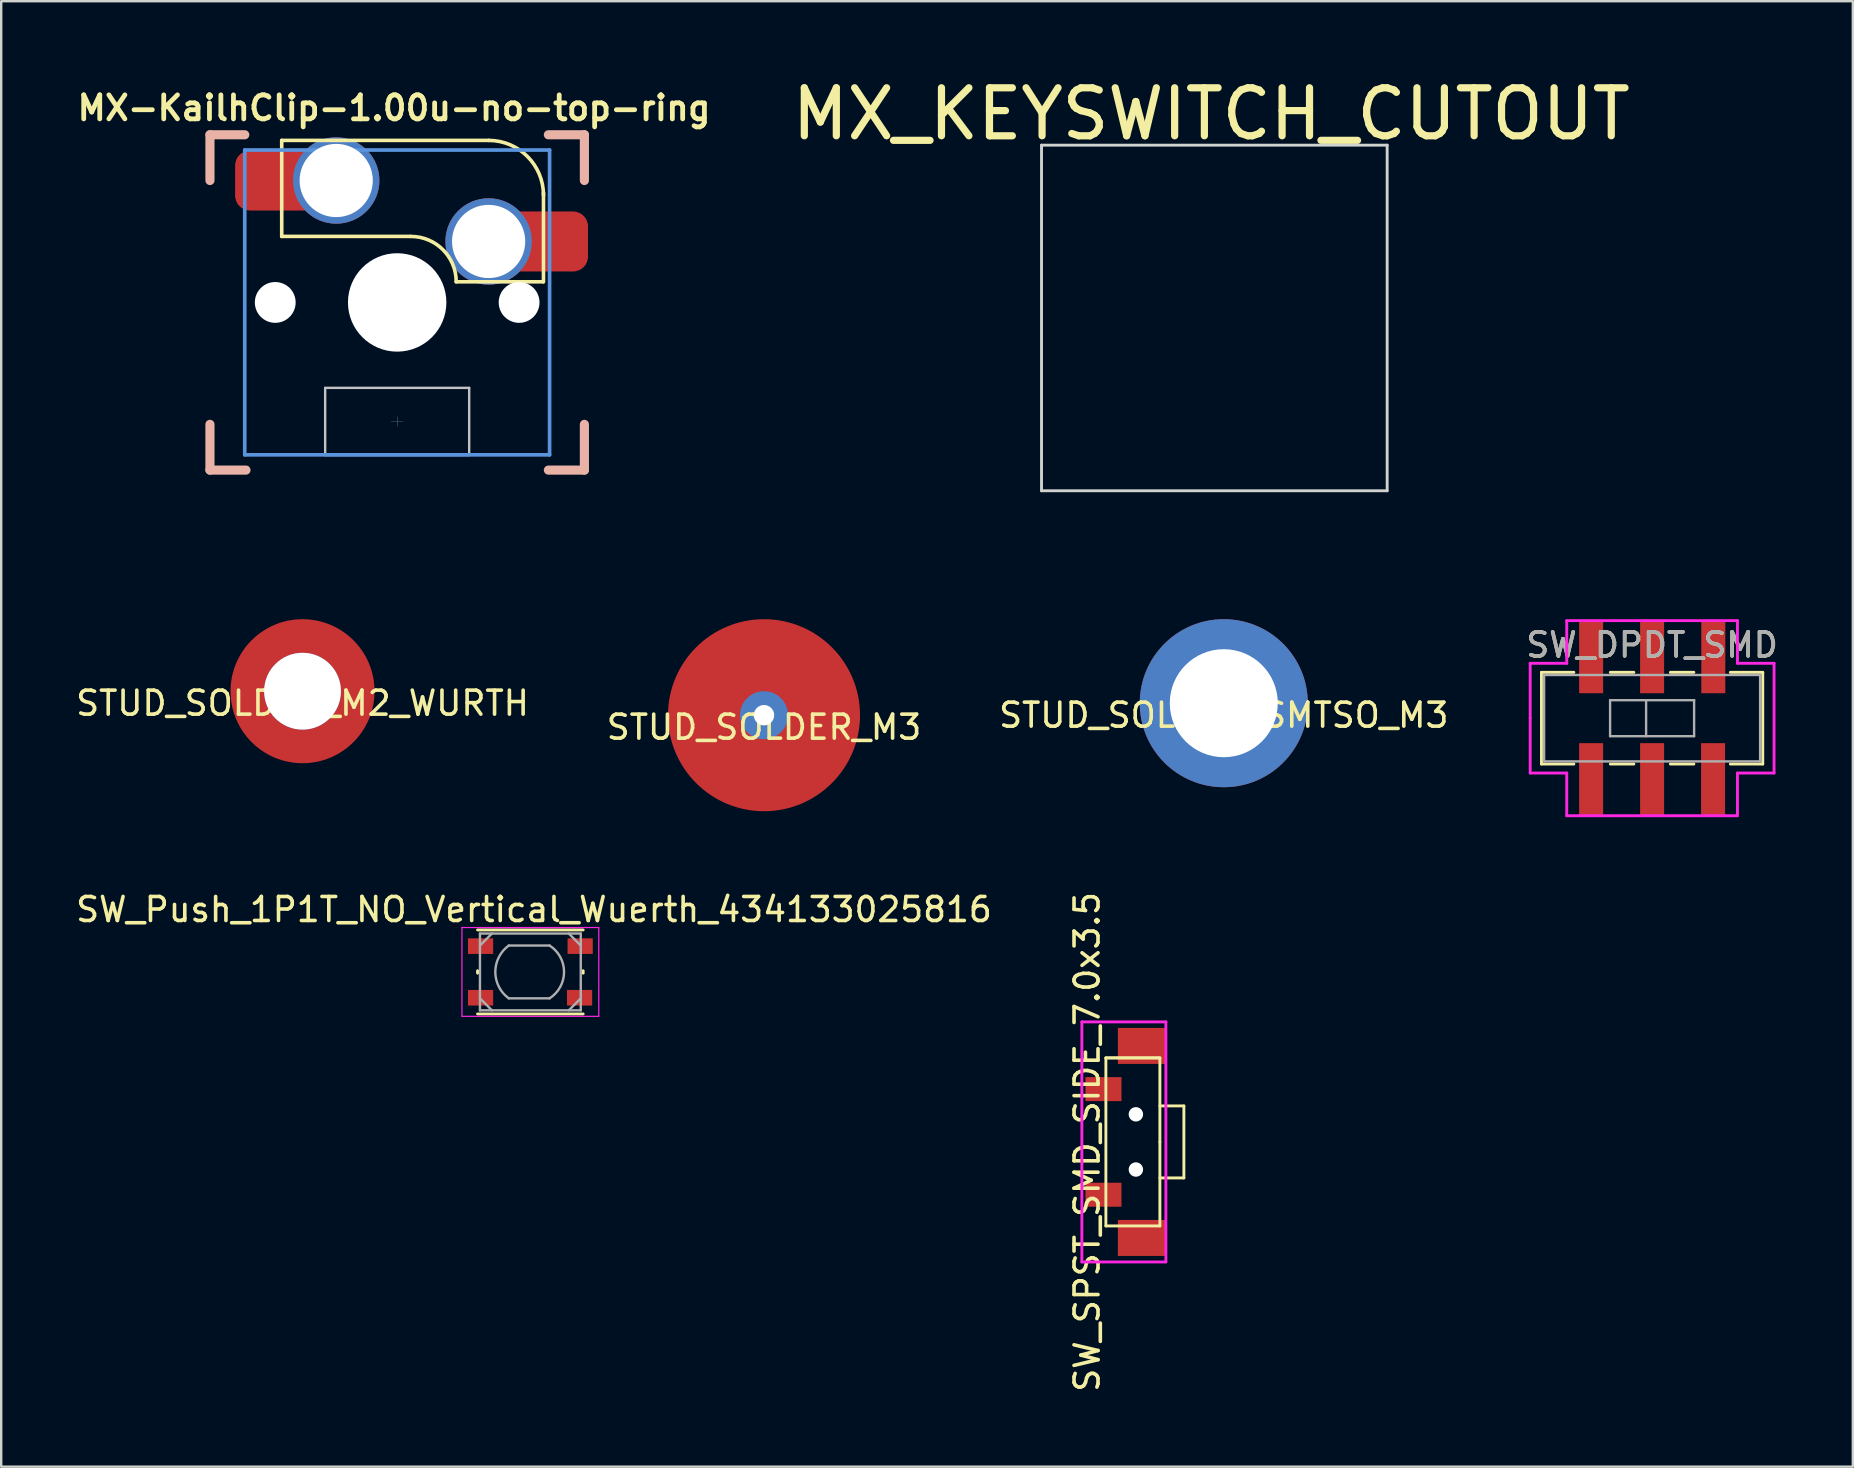
<source format=kicad_pcb>
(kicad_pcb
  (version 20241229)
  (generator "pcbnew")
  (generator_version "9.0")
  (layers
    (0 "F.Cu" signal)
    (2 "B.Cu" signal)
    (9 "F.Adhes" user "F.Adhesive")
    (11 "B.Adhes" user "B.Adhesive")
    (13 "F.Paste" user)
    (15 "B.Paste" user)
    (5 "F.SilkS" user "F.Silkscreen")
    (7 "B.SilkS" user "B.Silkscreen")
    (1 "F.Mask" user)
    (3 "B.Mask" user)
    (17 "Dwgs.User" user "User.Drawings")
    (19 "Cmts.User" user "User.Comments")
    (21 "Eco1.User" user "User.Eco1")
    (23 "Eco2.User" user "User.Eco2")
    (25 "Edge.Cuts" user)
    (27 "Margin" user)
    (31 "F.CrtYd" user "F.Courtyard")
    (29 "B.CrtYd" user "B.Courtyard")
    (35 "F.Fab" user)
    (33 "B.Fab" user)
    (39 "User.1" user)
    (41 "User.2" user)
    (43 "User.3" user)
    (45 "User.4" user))
  (footprint "MX_KEYSWITCH_CUTOUT"
    (layer "F.Cu")
    (at 47.542 10.197)
    (property "Reference" "MX_KEYSWITCH_CUTOUT" (at -0.13 -8.5 0) (layer "F.SilkS") (effects (font (size 2 2) (thickness 0.3))))
    (attr smd)
    (fp_line (start -9.55 0) (end -9.5 -0.1) (stroke (width 0.001) (type solid)) (layer "Dwgs.User"))
    (fp_line (start -9.55 0) (end -9.5 0.1) (stroke (width 0.001) (type solid)) (layer "Dwgs.User"))
    (fp_line (start -9.5 -9.5) (end 9.5 -9.5) (stroke (width 0.001) (type solid)) (layer "Dwgs.User"))
    (fp_line (start -9.5 0) (end -9.55 0) (stroke (width 0.001) (type solid)) (layer "Dwgs.User"))
    (fp_line (start -9.5 9.5) (end -9.5 -9.5) (stroke (width 0.001) (type solid)) (layer "Dwgs.User"))
    (fp_line (start 0 -9.55) (end -0.1 -9.5) (stroke (width 0.001) (type solid)) (layer "Dwgs.User"))
    (fp_line (start 0 -9.55) (end 0.1 -9.5) (stroke (width 0.001) (type solid)) (layer "Dwgs.User"))
    (fp_line (start 0 -9.5) (end 0 -9.55) (stroke (width 0.001) (type solid)) (layer "Dwgs.User"))
    (fp_line (start 0 9.5) (end 0 9.55) (stroke (width 0.001) (type solid)) (layer "Dwgs.User"))
    (fp_line (start 0 9.55) (end -0.1 9.5) (stroke (width 0.001) (type solid)) (layer "Dwgs.User"))
    (fp_line (start 0 9.55) (end 0.1 9.5) (stroke (width 0.001) (type solid)) (layer "Dwgs.User"))
    (fp_line (start 9.5 -9.5) (end 9.5 9.5) (stroke (width 0.001) (type solid)) (layer "Dwgs.User"))
    (fp_line (start 9.5 0) (end 9.55 0) (stroke (width 0.001) (type solid)) (layer "Dwgs.User"))
    (fp_line (start 9.5 9.5) (end -9.5 9.5) (stroke (width 0.001) (type solid)) (layer "Dwgs.User"))
    (fp_line (start 9.55 0) (end 9.5 -0.1) (stroke (width 0.001) (type solid)) (layer "Dwgs.User"))
    (fp_line (start 9.55 0) (end 9.5 0.1) (stroke (width 0.001) (type solid)) (layer "Dwgs.User"))
    (fp_line (start -7.2 -7.2) (end -7.2 7.2) (stroke (width 0.12) (type solid)) (layer "Edge.Cuts"))
    (fp_line (start -7.2 -7.2) (end 7.2 -7.2) (stroke (width 0.12) (type solid)) (layer "Edge.Cuts"))
    (fp_line (start 7.2 -7.2) (end 7.2 7.2) (stroke (width 0.12) (type solid)) (layer "Edge.Cuts"))
    (fp_line (start 7.2 7.2) (end -7.2 7.2) (stroke (width 0.12) (type solid)) (layer "Edge.Cuts")))
  (footprint "SW_Push_1P1T_NO_Vertical_Wuerth_434133025816"
    (layer "F.Cu")
    (at 19.046 37.443)
    (property "Reference" "SW_Push_1P1T_NO_Vertical_Wuerth_434133025816" (at 0.15 -2.6 0) (layer "F.SilkS") (effects (font (size 1 1) (thickness 0.15))))
    (attr smd)
    (fp_line (start -2.2 0.05) (end -2.2 -0.05) (stroke (width 0.12) (type solid)) (layer "F.SilkS"))
    (fp_line (start -2.2 1.75) (end 2.2 1.75) (stroke (width 0.12) (type solid)) (layer "F.SilkS"))
    (fp_line (start 2.2 -1.75) (end -2.2 -1.75) (stroke (width 0.12) (type solid)) (layer "F.SilkS"))
    (fp_line (start 2.2 0.05) (end 2.2 -0.05) (stroke (width 0.12) (type solid)) (layer "F.SilkS"))
    (fp_line (start -2.85 -1.85) (end 2.85 -1.85) (stroke (width 0.05) (type solid)) (layer "F.CrtYd"))
    (fp_line (start -2.85 1.85) (end -2.85 -1.85) (stroke (width 0.05) (type solid)) (layer "F.CrtYd"))
    (fp_line (start 2.85 -1.85) (end 2.85 1.85) (stroke (width 0.05) (type solid)) (layer "F.CrtYd"))
    (fp_line (start 2.85 1.85) (end -2.85 1.85) (stroke (width 0.05) (type solid)) (layer "F.CrtYd"))
    (fp_line (start -2.1 -1.6) (end 2.1 -1.6) (stroke (width 0.1) (type solid)) (layer "F.Fab"))
    (fp_line (start -2.1 -1.1) (end -1.6 -1.6) (stroke (width 0.1) (type solid)) (layer "F.Fab"))
    (fp_line (start -2.1 1.1) (end -1.6 1.6) (stroke (width 0.1) (type solid)) (layer "F.Fab"))
    (fp_line (start -2.1 1.6) (end -2.1 -1.6) (stroke (width 0.1) (type solid)) (layer "F.Fab"))
    (fp_line (start -0.9 -1.1) (end 0.8 -1.1) (stroke (width 0.1) (type solid)) (layer "F.Fab"))
    (fp_line (start 0.8 1.1) (end -0.9 1.1) (stroke (width 0.1) (type solid)) (layer "F.Fab"))
    (fp_line (start 1.6 -1.6) (end 2.1 -1.1) (stroke (width 0.1) (type solid)) (layer "F.Fab"))
    (fp_line (start 1.6 1.6) (end 2.1 1.1) (stroke (width 0.1) (type solid)) (layer "F.Fab"))
    (fp_line (start 2.1 -1.6) (end 2.1 1.6) (stroke (width 0.1) (type solid)) (layer "F.Fab"))
    (fp_line (start 2.1 1.6) (end -2.1 1.6) (stroke (width 0.1) (type solid)) (layer "F.Fab"))
    (fp_arc (start -0.9 1.099999) (mid -1.460147 0) (end -0.9 -1.099999) (stroke (width 0.1) (type solid)) (layer "F.Fab"))
    (fp_arc (start 0.8 -1.099999) (mid 1.40384 0) (end 0.799999 1.099999) (stroke (width 0.1) (type solid)) (layer "F.Fab"))
    (pad "1" smd rect (at -2.075 -1.075) (size 1.05 0.65) (layers "F.Cu" "F.Mask" "F.Paste"))
    (pad "1" smd rect (at 2.075 -1.075) (size 1.05 0.65) (layers "F.Cu" "F.Mask" "F.Paste"))
    (pad "2" smd rect (at -2.075 1.075) (size 1.05 0.65) (layers "F.Cu" "F.Mask" "F.Paste"))
    (pad "2" smd rect (at 2.05 1.075) (size 1.05 0.65) (layers "F.Cu" "F.Mask" "F.Paste")))
  (footprint "MX-KailhClip-1.00u-no-top-ring"
    (layer "F.Cu")
    (at 13.497 9.55)
    (property "Reference" "MX-KailhClip-1.00u-no-top-ring" (at -0.13 -8.1 0) (layer "F.SilkS") (effects (font (size 1 1) (thickness 0.2))))
    (attr smd)
    (fp_line (start -4.81 -6.75) (end -4.81 -2.75) (stroke (width 0.15) (type solid)) (layer "F.SilkS"))
    (fp_line (start -4.81 -6.75) (end 3.81 -6.75) (stroke (width 0.15) (type solid)) (layer "F.SilkS"))
    (fp_line (start -4.81 -2.75) (end 0.55 -2.75) (stroke (width 0.15) (type solid)) (layer "F.SilkS"))
    (fp_line (start 6.088 -0.86) (end 2.46 -0.86) (stroke (width 0.15) (type solid)) (layer "F.SilkS"))
    (fp_line (start 6.096 -4.572) (end 6.096 -0.86) (stroke (width 0.15) (type solid)) (layer "F.SilkS"))
    (fp_arc (start 0.57 -2.75) (mid 1.906432 -2.196432) (end 2.46 -0.86) (stroke (width 0.15) (type solid)) (layer "F.SilkS"))
    (fp_arc (start 3.81 -6.751) (mid 5.426446 -6.081446) (end 6.096 -4.465) (stroke (width 0.15) (type solid)) (layer "F.SilkS"))
    (fp_line (start -7.8 -6.985) (end -6.35 -6.985) (stroke (width 0.381) (type solid)) (layer "B.SilkS"))
    (fp_line (start -7.8 -5.08) (end -7.8 -6.985) (stroke (width 0.381) (type solid)) (layer "B.SilkS"))
    (fp_line (start -7.8 6.985) (end -7.8 5.08) (stroke (width 0.381) (type solid)) (layer "B.SilkS"))
    (fp_line (start -6.3 6.985) (end -7.8 6.985) (stroke (width 0.381) (type solid)) (layer "B.SilkS"))
    (fp_line (start 6.3 -6.985) (end 7.8 -6.985) (stroke (width 0.381) (type solid)) (layer "B.SilkS"))
    (fp_line (start 7.8 -6.985) (end 7.8 -5.08) (stroke (width 0.381) (type solid)) (layer "B.SilkS"))
    (fp_line (start 7.8 5.08) (end 7.8 6.985) (stroke (width 0.381) (type solid)) (layer "B.SilkS"))
    (fp_line (start 7.8 6.985) (end 6.3 6.985) (stroke (width 0.381) (type solid)) (layer "B.SilkS"))
    (fp_line (start -9.55 0) (end -9.5 -0.1) (stroke (width 0.001) (type solid)) (layer "Dwgs.User"))
    (fp_line (start -9.55 0) (end -9.5 0.1) (stroke (width 0.001) (type solid)) (layer "Dwgs.User"))
    (fp_line (start -9.5 -9.5) (end 9.5 -9.5) (stroke (width 0.001) (type solid)) (layer "Dwgs.User"))
    (fp_line (start -9.5 0) (end -9.55 0) (stroke (width 0.001) (type solid)) (layer "Dwgs.User"))
    (fp_line (start -9.5 9.5) (end -9.5 -9.5) (stroke (width 0.001) (type solid)) (layer "Dwgs.User"))
    (fp_line (start -3 3.56) (end -3 6.36) (stroke (width 0.1) (type solid)) (layer "Dwgs.User"))
    (fp_line (start -3 3.56) (end 3 3.56) (stroke (width 0.1) (type solid)) (layer "Dwgs.User"))
    (fp_line (start -0.25 4.96) (end 0.25 4.96) (stroke (width 0.01) (type solid)) (layer "Dwgs.User"))
    (fp_line (start 0 -9.55) (end -0.1 -9.5) (stroke (width 0.001) (type solid)) (layer "Dwgs.User"))
    (fp_line (start 0 -9.55) (end 0.1 -9.5) (stroke (width 0.001) (type solid)) (layer "Dwgs.User"))
    (fp_line (start 0 -9.5) (end 0 -9.55) (stroke (width 0.001) (type solid)) (layer "Dwgs.User"))
    (fp_line (start 0 5.16) (end 0 4.76) (stroke (width 0.01) (type solid)) (layer "Dwgs.User"))
    (fp_line (start 0 9.5) (end 0 9.55) (stroke (width 0.001) (type solid)) (layer "Dwgs.User"))
    (fp_line (start 0 9.55) (end -0.1 9.5) (stroke (width 0.001) (type solid)) (layer "Dwgs.User"))
    (fp_line (start 0 9.55) (end 0.1 9.5) (stroke (width 0.001) (type solid)) (layer "Dwgs.User"))
    (fp_line (start 3 3.56) (end 3 6.36) (stroke (width 0.1) (type solid)) (layer "Dwgs.User"))
    (fp_line (start 3 6.36) (end -3 6.36) (stroke (width 0.1) (type solid)) (layer "Dwgs.User"))
    (fp_line (start 9.5 -9.5) (end 9.5 9.5) (stroke (width 0.001) (type solid)) (layer "Dwgs.User"))
    (fp_line (start 9.5 0) (end 9.55 0) (stroke (width 0.001) (type solid)) (layer "Dwgs.User"))
    (fp_line (start 9.5 9.5) (end -9.5 9.5) (stroke (width 0.001) (type solid)) (layer "Dwgs.User"))
    (fp_line (start 9.55 0) (end 9.5 -0.1) (stroke (width 0.001) (type solid)) (layer "Dwgs.User"))
    (fp_line (start 9.55 0) (end 9.5 0.1) (stroke (width 0.001) (type solid)) (layer "Dwgs.User"))
    (fp_line (start -6.35 -6.35) (end 6.35 -6.35) (stroke (width 0.152) (type solid)) (layer "Cmts.User"))
    (fp_line (start -6.35 6.35) (end -6.35 -6.35) (stroke (width 0.152) (type solid)) (layer "Cmts.User"))
    (fp_line (start 0 1) (end 0 -1) (stroke (width 0.001) (type solid)) (layer "Cmts.User"))
    (fp_line (start 1 0) (end -1 0) (stroke (width 0.001) (type solid)) (layer "Cmts.User"))
    (fp_line (start 6.35 -6.35) (end 6.35 6.35) (stroke (width 0.152) (type solid)) (layer "Cmts.User"))
    (fp_line (start 6.35 6.35) (end -6.35 6.35) (stroke (width 0.152) (type solid)) (layer "Cmts.User"))
    (fp_line (start -7.8 -6.985) (end 7.8 -6.985) (stroke (width 0.152) (type solid)) (layer "Eco1.User"))
    (fp_line (start -7.8 6.985) (end -7.8 -6.985) (stroke (width 0.152) (type solid)) (layer "Eco1.User"))
    (fp_line (start 7.8 -6.985) (end 7.8 6.985) (stroke (width 0.152) (type solid)) (layer "Eco1.User"))
    (fp_line (start 7.8 6.985) (end -7.8 6.985) (stroke (width 0.152) (type solid)) (layer "Eco1.User"))
    (fp_line (start -7 -7) (end 7 -7) (stroke (width 0.01) (type solid)) (layer "Eco2.User"))
    (fp_line (start -7 7) (end -7 -7) (stroke (width 0.01) (type solid)) (layer "Eco2.User"))
    (fp_line (start 7 -7) (end 7 7) (stroke (width 0.01) (type solid)) (layer "Eco2.User"))
    (fp_line (start 7 7) (end -7 7) (stroke (width 0.01) (type solid)) (layer "Eco2.User"))
    (pad "" np_thru_hole circle (at -5.08 0) (size 1.7 1.7) (drill 1.7) (layers "*.Cu" "*.Mask"))
    (pad "" np_thru_hole circle (at 0 0) (size 4.1 4.1) (drill 4.1) (layers "*.Cu" "*.Mask"))
    (pad "" np_thru_hole circle (at 5.08 0) (size 1.7 1.7) (drill 1.7) (layers "*.Cu" "*.Mask"))
    (pad "1" smd roundrect (at -5.7 -5.075) (size 2.05 2.4) (layers "F.Cu" "F.Mask" "F.Paste") (roundrect_rratio 0.25))
    (pad "1" smd roundrect (at -5 -5.08) (size 3.5 2.5) (layers "F.Cu") (roundrect_rratio 0.25))
    (pad "1" thru_hole circle (at -2.54 -5.08) (size 3.6 3.6) (drill 3.05) (layers "*.Cu" "F.Mask"))
    (pad "2" thru_hole circle (at 3.81 -2.54) (size 3.6 3.6) (drill 3.05) (layers "*.Cu" "F.Mask"))
    (pad "2" smd roundrect (at 6.2 -2.54) (size 3.5 2.5) (layers "F.Cu") (roundrect_rratio 0.25))
    (pad "2" smd roundrect (at 6.9 -2.54) (size 2.05 2.4) (layers "F.Cu" "F.Mask" "F.Paste") (roundrect_rratio 0.25)))
  (footprint "STUD_SOLDER_M2_WURTH"
    (layer "F.Cu")
    (at 9.554 25.747)
    (property "Reference" "STUD_SOLDER_M2_WURTH" (at 0 0.5 0) (layer "F.SilkS") (effects (font (size 1 1) (thickness 0.15))))
    (attr smd)
    (pad "1" thru_hole circle (at 0 0) (size 3.2 3.2) (drill 3.2) (layers "*.Cu" "*.Mask"))
    (pad "1" smd circle (at 0 0) (size 6 6) (layers "F.Cu" "F.Mask" "F.Paste")))
  (footprint "STUD_SOLDER_M3"
    (layer "F.Cu")
    (at 28.78 26.747)
    (property "Reference" "STUD_SOLDER_M3" (at 0 0.5 0) (layer "F.SilkS") (effects (font (size 1 1) (thickness 0.15))))
    (attr through_hole)
    (pad "1" thru_hole circle (at 0 0) (size 2 2) (drill 0.85) (layers "*.Cu" "*.Mask"))
    (pad "1" smd circle (at 0 0) (size 8 8) (layers "F.Cu" "F.Mask" "F.Paste")))
  (footprint "SW_SPST_SMD_SIDE_7.0x3.5"
    (layer "F.Cu")
    (at 44.273 44.525)
    (property "Reference" "SW_SPST_SMD_SIDE_7.0x3.5" (at -2.032 0 90) (layer "F.SilkS") (effects (font (size 1 1) (thickness 0.15))))
    (attr smd)
    (fp_line (start -1.25 -3.5) (end -1.25 3.5) (stroke (width 0.12) (type solid)) (layer "F.SilkS"))
    (fp_line (start -1.25 -3.5) (end 1 -3.5) (stroke (width 0.12) (type solid)) (layer "F.SilkS"))
    (fp_line (start -1.25 3.5) (end 1 3.5) (stroke (width 0.12) (type solid)) (layer "F.SilkS"))
    (fp_line (start 1 -3.5) (end -1.25 -3.5) (stroke (width 0.12) (type solid)) (layer "F.SilkS"))
    (fp_line (start 1 -1.5) (end 2 -1.5) (stroke (width 0.12) (type solid)) (layer "F.SilkS"))
    (fp_line (start 1 0) (end 1 -3.5) (stroke (width 0.12) (type solid)) (layer "F.SilkS"))
    (fp_line (start 1 0) (end 1 3.5) (stroke (width 0.12) (type solid)) (layer "F.SilkS"))
    (fp_line (start 2 -1.5) (end 2 1.5) (stroke (width 0.12) (type solid)) (layer "F.SilkS"))
    (fp_line (start 2 1.5) (end 1 1.5) (stroke (width 0.12) (type solid)) (layer "F.SilkS"))
    (fp_line (start -2.25 -5) (end 1.25 -5) (stroke (width 0.12) (type solid)) (layer "F.CrtYd"))
    (fp_line (start -2.25 5) (end -2.25 -5) (stroke (width 0.12) (type solid)) (layer "F.CrtYd"))
    (fp_line (start 1.25 -5) (end 1.25 5) (stroke (width 0.12) (type solid)) (layer "F.CrtYd"))
    (fp_line (start 1.25 5) (end -2.25 5) (stroke (width 0.12) (type solid)) (layer "F.CrtYd"))
    (pad "" np_thru_hole circle (at 0 -1.15) (size 0.6 0.6) (drill 0.6) (layers "*.Cu" "*.Mask"))
    (pad "" np_thru_hole circle (at 0 1.15) (size 0.6 0.6) (drill 0.6) (layers "*.Cu" "*.Mask"))
    (pad "1" smd rect (at -1.35 2.2) (size 1.5 1) (layers "F.Cu" "F.Mask" "F.Paste"))
    (pad "2" smd rect (at -1.35 -2.2) (size 1.5 1) (layers "F.Cu" "F.Mask" "F.Paste"))
    (pad "NC" smd rect (at 0.25 -4) (size 2 1.5) (layers "F.Cu" "F.Mask" "F.Paste"))
    (pad "NC" smd rect (at 0.25 4) (size 2 1.5) (layers "F.Cu" "F.Mask" "F.Paste")))
  (footprint "SW_DPDT_SMD"
    (layer "F.Cu")
    (at 65.78 26.871)
    (property "Reference" "SW_DPDT_SMD" (at 0 -3.05 0) (layer "F.SilkS") (effects (font (size 1 1) (thickness 0.15))))
    (attr smd)
    (fp_line (start -4.61 -1.91) (end -4.61 1.91) (stroke (width 0.12) (type solid)) (layer "F.SilkS"))
    (fp_line (start -4.61 1.91) (end -3.26 1.91) (stroke (width 0.12) (type solid)) (layer "F.SilkS"))
    (fp_line (start -3.26 -1.91) (end -4.61 -1.91) (stroke (width 0.12) (type solid)) (layer "F.SilkS"))
    (fp_line (start -0.76 -1.91) (end -1.74 -1.91) (stroke (width 0.12) (type solid)) (layer "F.SilkS"))
    (fp_line (start -0.76 1.91) (end -1.74 1.91) (stroke (width 0.12) (type solid)) (layer "F.SilkS"))
    (fp_line (start 1.74 -1.91) (end 0.76 -1.91) (stroke (width 0.12) (type solid)) (layer "F.SilkS"))
    (fp_line (start 1.74 1.91) (end 0.76 1.91) (stroke (width 0.12) (type solid)) (layer "F.SilkS"))
    (fp_line (start 4.61 -1.91) (end 3.26 -1.91) (stroke (width 0.12) (type solid)) (layer "F.SilkS"))
    (fp_line (start 4.61 -1.91) (end 4.61 1.91) (stroke (width 0.12) (type solid)) (layer "F.SilkS"))
    (fp_line (start 4.61 1.91) (end 3.26 1.91) (stroke (width 0.12) (type solid)) (layer "F.SilkS"))
    (fp_line (start -5.08 -2.286) (end -3.556 -2.286) (stroke (width 0.12) (type solid)) (layer "F.CrtYd"))
    (fp_line (start -5.08 0) (end -5.08 -2.286) (stroke (width 0.12) (type solid)) (layer "F.CrtYd"))
    (fp_line (start -5.08 2.286) (end -5.08 0) (stroke (width 0.12) (type solid)) (layer "F.CrtYd"))
    (fp_line (start -3.556 -4.064) (end 3.556 -4.064) (stroke (width 0.12) (type solid)) (layer "F.CrtYd"))
    (fp_line (start -3.556 -2.286) (end -3.556 -4.064) (stroke (width 0.12) (type solid)) (layer "F.CrtYd"))
    (fp_line (start -3.556 2.286) (end -5.08 2.286) (stroke (width 0.12) (type solid)) (layer "F.CrtYd"))
    (fp_line (start -3.556 4.064) (end -3.556 2.286) (stroke (width 0.12) (type solid)) (layer "F.CrtYd"))
    (fp_line (start 3.556 -4.064) (end 3.556 -2.286) (stroke (width 0.12) (type solid)) (layer "F.CrtYd"))
    (fp_line (start 3.556 -2.286) (end 5.08 -2.286) (stroke (width 0.12) (type solid)) (layer "F.CrtYd"))
    (fp_line (start 3.556 2.286) (end 3.556 4.064) (stroke (width 0.12) (type solid)) (layer "F.CrtYd"))
    (fp_line (start 3.556 4.064) (end -3.556 4.064) (stroke (width 0.12) (type solid)) (layer "F.CrtYd"))
    (fp_line (start 5.08 -2.286) (end 5.08 2.286) (stroke (width 0.12) (type solid)) (layer "F.CrtYd"))
    (fp_line (start 5.08 2.286) (end 3.556 2.286) (stroke (width 0.12) (type solid)) (layer "F.CrtYd"))
    (fp_line (start -4.5 -1.8) (end 4.5 -1.8) (stroke (width 0.1) (type solid)) (layer "F.Fab"))
    (fp_line (start -4.5 1.8) (end -4.5 -1.8) (stroke (width 0.1) (type solid)) (layer "F.Fab"))
    (fp_line (start -1.75 -0.75) (end -1.75 0.75) (stroke (width 0.1) (type solid)) (layer "F.Fab"))
    (fp_line (start -1.75 -0.75) (end 1.75 -0.75) (stroke (width 0.1) (type solid)) (layer "F.Fab"))
    (fp_line (start -0.25 -0.75) (end -0.25 0.75) (stroke (width 0.1) (type solid)) (layer "F.Fab"))
    (fp_line (start 1.75 -0.75) (end 1.75 0.75) (stroke (width 0.1) (type solid)) (layer "F.Fab"))
    (fp_line (start 1.75 0.75) (end -1.75 0.75) (stroke (width 0.1) (type solid)) (layer "F.Fab"))
    (fp_line (start 4.5 -1.8) (end 4.5 1.8) (stroke (width 0.1) (type solid)) (layer "F.Fab"))
    (fp_line (start 4.5 1.8) (end -4.5 1.8) (stroke (width 0.1) (type solid)) (layer "F.Fab"))
    (fp_text user "${REFERENCE}" (at 0 -3.05 0) (layer "F.Fab") (effects (font (size 1 1) (thickness 0.15))))
    (pad "1" smd rect (at -2.54 -2.54) (size 1 3) (layers "F.Cu" "F.Mask" "F.Paste"))
    (pad "2" smd rect (at 0 -2.54) (size 1 3) (layers "F.Cu" "F.Mask" "F.Paste"))
    (pad "3" smd rect (at 2.55 -2.54) (size 1 3) (layers "F.Cu" "F.Mask" "F.Paste"))
    (pad "4" smd rect (at -2.54 2.54) (size 1 3) (layers "F.Cu" "F.Mask" "F.Paste"))
    (pad "5" smd rect (at 0 2.54) (size 1 3) (layers "F.Cu" "F.Mask" "F.Paste"))
    (pad "6" smd rect (at 2.54 2.54) (size 1 3) (layers "F.Cu" "F.Mask" "F.Paste")))
  (footprint "STUD_SOLDER_SMTSO_M3"
    (layer "F.Cu")
    (at 47.935 26.247)
    (property "Reference" "STUD_SOLDER_SMTSO_M3" (at 0 0.5 0) (layer "F.SilkS") (effects (font (size 1 1) (thickness 0.15))))
    (attr smd)
    (pad "1" thru_hole circle (at 0 0) (size 7 7) (drill 4.5) (layers "*.Cu" "*.Mask")))
  (gr_rect
    (start -3 -3)
    (end 74.143 58.055)
    (stroke (width 0.1) (type default))
    (fill no)
    (layer "Edge.Cuts")))
</source>
